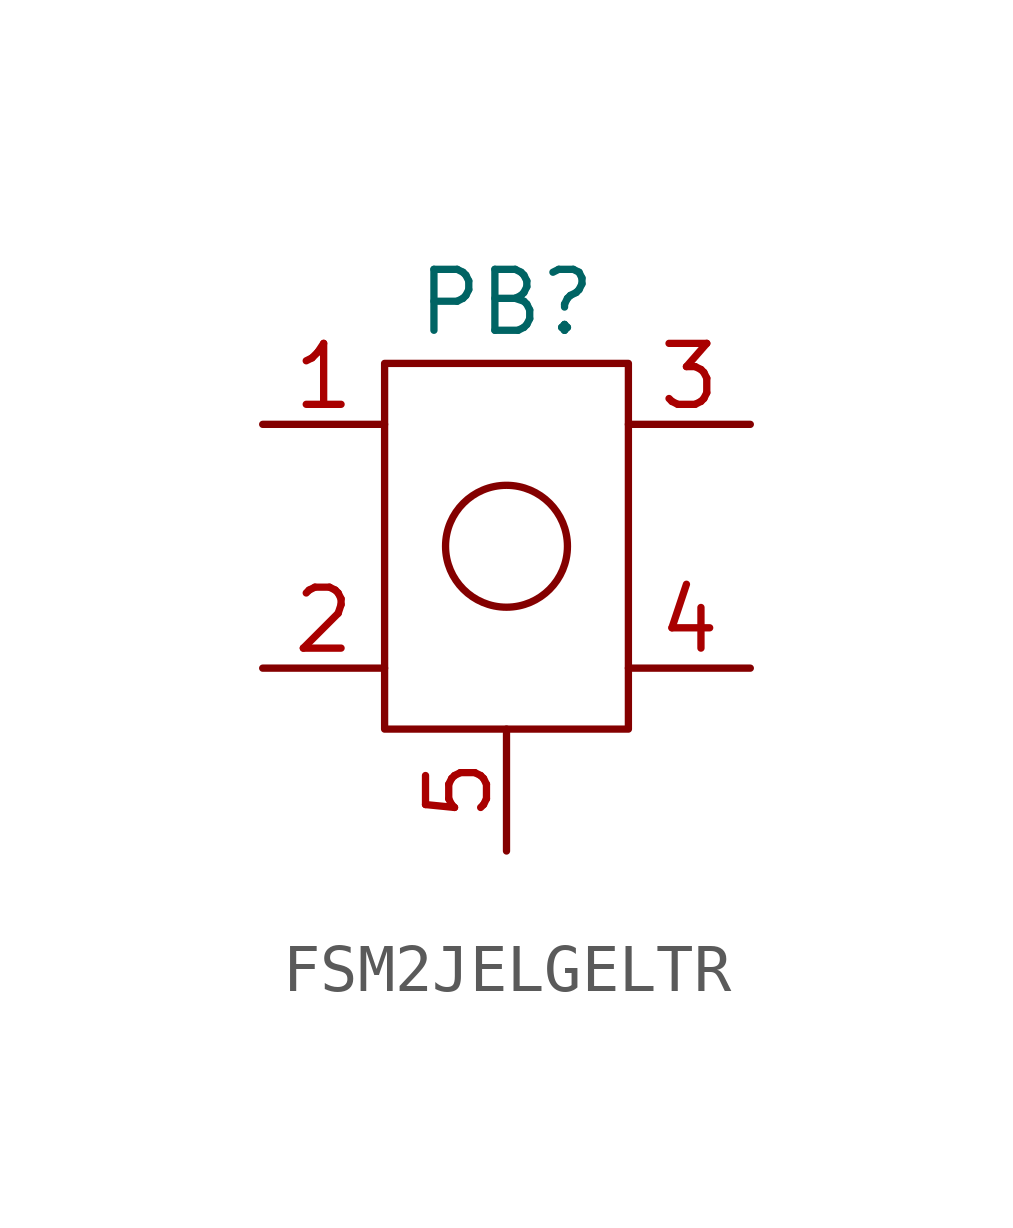
<source format=kicad_sym>
(kicad_symbol_lib
  (version 20241209)
  (generator "kicad_symbol_editor")
  (generator_version "9.0")
  (symbol "FSM2JELGELTR"
    (property "Reference" "PB"
      (at 0 5.08 0)
      (effects (font (size 1.27 1.27))))
    (property "Value" ""
      (at 0 0 0)
      (effects (font (size 1.27 1.27))))
    (symbol "FSM2JELGELTR_0_1"
      (rectangle (start -2.54 3.81) (end 2.54 -3.81) (stroke (width 0) (type default)) (fill (type none)))
      (circle (center 0 0) (radius 1.27) (stroke (width 0) (type default)) (fill (type none))))
    (symbol "FSM2JELGELTR_1_1"
      (pin passive line (at -5.08 2.54 0) (length 2.54) (name "" (effects (font (size 1.27 1.27)))) (number "1" (effects (font (size 1.27 1.27)))))
      (pin passive line (at -5.08 -2.54 0) (length 2.54) (name "" (effects (font (size 1.27 1.27)))) (number "2" (effects (font (size 1.27 1.27)))))
      (pin passive line (at 0 -6.35 90) (length 2.54) (name "" (effects (font (size 1.27 1.27)))) (number "5" (effects (font (size 1.27 1.27)))))
      (pin passive line (at 5.08 2.54 180) (length 2.54) (name "" (effects (font (size 1.27 1.27)))) (number "3" (effects (font (size 1.27 1.27)))))
      (pin passive line (at 5.08 -2.54 180) (length 2.54) (name "" (effects (font (size 1.27 1.27)))) (number "4" (effects (font (size 1.27 1.27))))))))
</source>
